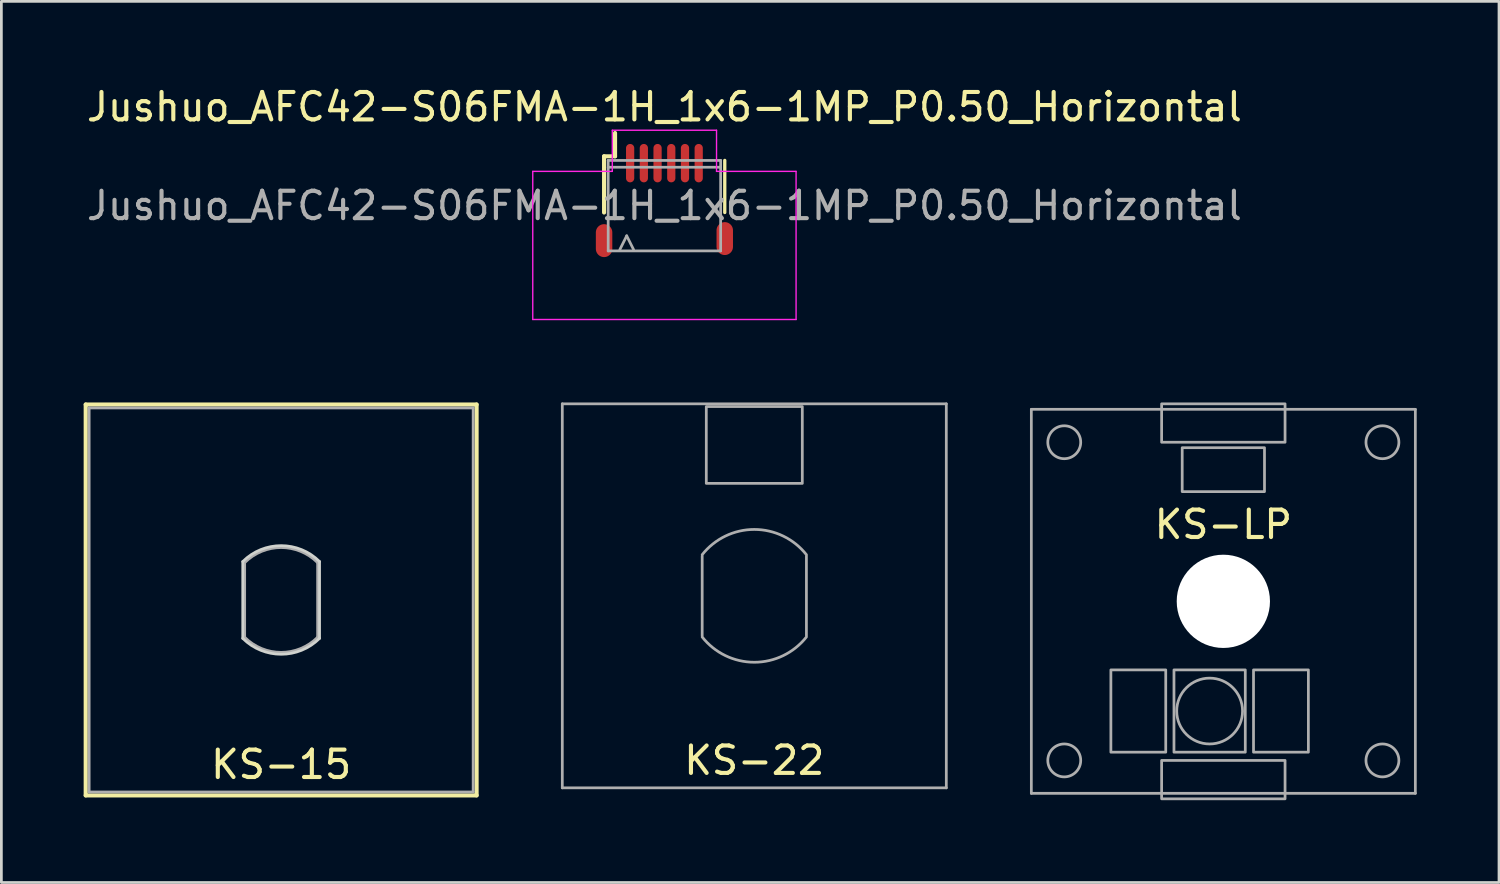
<source format=kicad_pcb>
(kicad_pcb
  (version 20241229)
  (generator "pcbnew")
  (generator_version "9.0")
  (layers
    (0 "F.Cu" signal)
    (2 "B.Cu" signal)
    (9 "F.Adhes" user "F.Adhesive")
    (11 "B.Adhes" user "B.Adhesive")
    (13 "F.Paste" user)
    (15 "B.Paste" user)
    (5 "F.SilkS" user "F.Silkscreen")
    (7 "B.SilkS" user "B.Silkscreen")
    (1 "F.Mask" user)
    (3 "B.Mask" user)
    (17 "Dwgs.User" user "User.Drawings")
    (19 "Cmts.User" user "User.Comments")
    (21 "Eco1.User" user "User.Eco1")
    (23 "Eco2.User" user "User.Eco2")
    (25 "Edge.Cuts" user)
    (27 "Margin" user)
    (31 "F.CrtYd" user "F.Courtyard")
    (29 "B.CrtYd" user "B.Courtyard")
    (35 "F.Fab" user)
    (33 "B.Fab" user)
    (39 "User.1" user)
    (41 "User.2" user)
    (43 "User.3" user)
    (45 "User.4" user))
  (footprint "KS-LP"
    (layer "F.Cu")
    (at 41.55 18.873)
    (property "Reference" "KS-LP" (at 0 -2.8 0) (layer "F.SilkS") (effects (font (size 1 1) (thickness 0.15))))
    (attr through_hole)
    (fp_line (start -2.3 -6) (end -2.3 -7) (stroke (width 0.0001) (type solid)) (layer "Edge.Cuts"))
    (fp_line (start -2.3 7) (end -2.3 6) (stroke (width 0.0001) (type solid)) (layer "Edge.Cuts"))
    (fp_line (start -2.1 -5.8) (end 2.1 -5.8) (stroke (width 0.0001) (type solid)) (layer "Edge.Cuts"))
    (fp_line (start -2.1 7.2) (end 2.1 7.2) (stroke (width 0.0001) (type solid)) (layer "Edge.Cuts"))
    (fp_line (start 2.1 -7.2) (end -2.1 -7.2) (stroke (width 0.0001) (type solid)) (layer "Edge.Cuts"))
    (fp_line (start 2.1 5.8) (end -2.1 5.8) (stroke (width 0.0001) (type solid)) (layer "Edge.Cuts"))
    (fp_line (start 2.3 -6) (end 2.3 -7) (stroke (width 0.0001) (type solid)) (layer "Edge.Cuts"))
    (fp_line (start 2.3 7) (end 2.3 6) (stroke (width 0.0001) (type solid)) (layer "Edge.Cuts"))
    (fp_arc (start -2.3 -7) (mid -2.241421 -7.141421) (end -2.1 -7.2) (stroke (width 0.0001) (type solid)) (layer "Edge.Cuts"))
    (fp_arc (start -2.3 6) (mid -2.241421 5.858579) (end -2.1 5.8) (stroke (width 0.0001) (type solid)) (layer "Edge.Cuts"))
    (fp_arc (start -2.1 -5.8) (mid -2.241421 -5.858579) (end -2.3 -6) (stroke (width 0.0001) (type solid)) (layer "Edge.Cuts"))
    (fp_arc (start -2.1 7.2) (mid -2.241421 7.141421) (end -2.3 7) (stroke (width 0.0001) (type solid)) (layer "Edge.Cuts"))
    (fp_arc (start 2.1 -7.2) (mid 2.241421 -7.141421) (end 2.3 -7) (stroke (width 0.0001) (type solid)) (layer "Edge.Cuts"))
    (fp_arc (start 2.1 5.8) (mid 2.241421 5.858579) (end 2.3 6) (stroke (width 0.0001) (type solid)) (layer "Edge.Cuts"))
    (fp_arc (start 2.3 -6) (mid 2.241421 -5.858579) (end 2.1 -5.8) (stroke (width 0.0001) (type solid)) (layer "Edge.Cuts"))
    (fp_arc (start 2.3 7) (mid 2.241421 7.141421) (end 2.1 7.2) (stroke (width 0.0001) (type solid)) (layer "Edge.Cuts"))
    (fp_line (start -7 -7) (end 7 -7) (stroke (width 0.1) (type solid)) (layer "F.Fab"))
    (fp_line (start -7 7) (end -7 -7) (stroke (width 0.1) (type solid)) (layer "F.Fab"))
    (fp_line (start 7 -7) (end 7 7) (stroke (width 0.1) (type solid)) (layer "F.Fab"))
    (fp_line (start 7 7) (end -7 7) (stroke (width 0.1) (type solid)) (layer "F.Fab"))
    (fp_rect (start -2.25 -7.2) (end 2.25 -5.8) (stroke (width 0.1) (type solid)) (fill no) (layer "F.Fab"))
    (fp_rect (start -2.25 5.8) (end 2.25 7.2) (stroke (width 0.1) (type solid)) (fill no) (layer "F.Fab"))
    (fp_rect (start -2.1 2.5) (end -4.1 5.5) (stroke (width 0.1) (type solid)) (fill no) (layer "F.Fab"))
    (fp_rect (start -1.8 2.5) (end 0.8 5.5) (stroke (width 0.1) (type solid)) (fill no) (layer "F.Fab"))
    (fp_rect (start -1.5 -5.6) (end 1.5 -4) (stroke (width 0.1) (type solid)) (fill no) (layer "F.Fab"))
    (fp_rect (start 1.1 2.5) (end 3.1 5.5) (stroke (width 0.1) (type solid)) (fill no) (layer "F.Fab"))
    (fp_circle (center -5.8 -5.8) (end -5.2 -5.8) (stroke (width 0.1) (type solid)) (fill no) (layer "F.Fab"))
    (fp_circle (center -5.8 5.8) (end -5.2 5.8) (stroke (width 0.1) (type solid)) (fill no) (layer "F.Fab"))
    (fp_circle (center -0.5 4) (end 0.7 4) (stroke (width 0.1) (type solid)) (fill no) (layer "F.Fab"))
    (fp_circle (center 0 0) (end 1.62 0) (stroke (width 0.1) (type solid)) (fill no) (layer "F.Fab"))
    (fp_circle (center 5.8 -5.8) (end 6.4 -5.8) (stroke (width 0.1) (type solid)) (fill no) (layer "F.Fab"))
    (fp_circle (center 5.8 5.8) (end 6.4 5.8) (stroke (width 0.1) (type solid)) (fill no) (layer "F.Fab"))
    (pad "" np_thru_hole circle (at 0 0) (size 3.4 3.4) (drill 3.4) (layers "*.Cu" "*.Mask")))
  (footprint "KS-15"
    (layer "F.Cu")
    (at 7.2 18.823)
    (property "Reference" "KS-15" (at 0 6 0) (layer "F.SilkS") (effects (font (size 1 1) (thickness 0.15))))
    (attr through_hole)
    (fp_line (start -7.125 -7.125) (end 7.125 -7.125) (stroke (width 0.15) (type solid)) (layer "F.SilkS"))
    (fp_line (start -7.125 7.125) (end -7.125 -7.125) (stroke (width 0.15) (type solid)) (layer "F.SilkS"))
    (fp_line (start 7.125 -7.125) (end 7.125 7.125) (stroke (width 0.15) (type solid)) (layer "F.SilkS"))
    (fp_line (start 7.125 7.125) (end -7.125 7.125) (stroke (width 0.15) (type solid)) (layer "F.SilkS"))
    (fp_line (start -1.4 -1.4) (end -1.4 1.4) (stroke (width 0.1) (type solid)) (layer "Edge.Cuts"))
    (fp_line (start 1.4 -1.4) (end 1.4 1.4) (stroke (width 0.1) (type solid)) (layer "Edge.Cuts"))
    (fp_arc (start -1.4 -1.4) (mid 0 -1.979899) (end 1.4 -1.4) (stroke (width 0.1) (type solid)) (layer "Edge.Cuts"))
    (fp_arc (start 1.4 1.4) (mid 0 1.979899) (end -1.4 1.4) (stroke (width 0.1) (type solid)) (layer "Edge.Cuts"))
    (fp_line (start -7 -7) (end 7 -7) (stroke (width 0.1) (type solid)) (layer "F.Fab"))
    (fp_line (start -7 7) (end -7 -7) (stroke (width 0.1) (type solid)) (layer "F.Fab"))
    (fp_line (start -1.33 -1.36) (end -1.33 1.36) (stroke (width 0.1) (type solid)) (layer "F.Fab"))
    (fp_line (start 1.33 -1.36) (end 1.33 1.36) (stroke (width 0.1) (type solid)) (layer "F.Fab"))
    (fp_line (start 7 -7) (end 7 7) (stroke (width 0.1) (type solid)) (layer "F.Fab"))
    (fp_line (start 7 7) (end -7 7) (stroke (width 0.1) (type solid)) (layer "F.Fab"))
    (fp_arc (start -1.33 -1.36) (mid 0 -1.910904) (end 1.33 -1.36) (stroke (width 0.1) (type solid)) (layer "F.Fab"))
    (fp_arc (start 1.33 1.36) (mid 0 1.910904) (end -1.33 1.36) (stroke (width 0.1) (type solid)) (layer "F.Fab")))
  (footprint "KS-22"
    (layer "F.Cu")
    (at 24.45 18.673)
    (property "Reference" "KS-22" (at 0 6 0) (layer "F.SilkS") (effects (font (size 1 1) (thickness 0.15))))
    (attr through_hole)
    (fp_line (start -2 -1.5) (end -2 1.5) (stroke (width 0.0001) (type solid)) (layer "Edge.Cuts"))
    (fp_line (start 2 -1.5) (end 2 1.5) (stroke (width 0.0001) (type solid)) (layer "Edge.Cuts"))
    (fp_arc (start -2 -1.5) (mid 0 -2.5) (end 2 -1.5) (stroke (width 0.0001) (type solid)) (layer "Edge.Cuts"))
    (fp_arc (start 2 1.5) (mid 0 2.5) (end -2 1.5) (stroke (width 0.0001) (type solid)) (layer "Edge.Cuts"))
    (fp_line (start -7 -7) (end 7 -7) (stroke (width 0.1) (type solid)) (layer "F.Fab"))
    (fp_line (start -7 7) (end -7 -7) (stroke (width 0.1) (type solid)) (layer "F.Fab"))
    (fp_line (start -1.9 -1.45) (end -1.9 1.45) (stroke (width 0.1) (type solid)) (layer "F.Fab"))
    (fp_line (start 1.9 -1.45) (end 1.9 1.45) (stroke (width 0.1) (type solid)) (layer "F.Fab"))
    (fp_line (start 7 -7) (end 7 7) (stroke (width 0.1) (type solid)) (layer "F.Fab"))
    (fp_line (start 7 7) (end -7 7) (stroke (width 0.1) (type solid)) (layer "F.Fab"))
    (fp_rect (start -1.75 -6.9) (end 1.75 -4.1) (stroke (width 0.1) (type solid)) (fill no) (layer "F.Fab"))
    (fp_arc (start -1.899999 -1.5) (mid 0 -2.420743) (end 1.899999 -1.5) (stroke (width 0.1) (type solid)) (layer "F.Fab"))
    (fp_arc (start 1.899999 1.5) (mid 0 2.420743) (end -1.899999 1.5) (stroke (width 0.1) (type solid)) (layer "F.Fab")))
  (footprint "Jushuo_AFC42-S06FMA-1H_1x6-1MP_P0.50_Horizontal"
    (layer "F.Cu")
    (at 21.173 4.448)
    (property "Reference" "Jushuo_AFC42-S06FMA-1H_1x6-1MP_P0.50_Horizontal" (at 0 -3.6 0) (layer "F.SilkS") (effects (font (size 1 1) (thickness 0.15))))
    (attr smd)
    (fp_line (start -2.2 -1.8) (end -2.2 0.25) (stroke (width 0.15) (type solid)) (layer "F.SilkS"))
    (fp_line (start -2.2 -1.8) (end -1.8 -1.8) (stroke (width 0.15) (type solid)) (layer "F.SilkS"))
    (fp_line (start -1.8 -1.8) (end -1.8 -2.65) (stroke (width 0.15) (type solid)) (layer "F.SilkS"))
    (fp_line (start 2.2 -1.65) (end 2.2 0.25) (stroke (width 0.12) (type solid)) (layer "F.SilkS"))
    (fp_line (start -4.8 -1.25) (end -4.8 4.15) (stroke (width 0.05) (type solid)) (layer "F.CrtYd"))
    (fp_line (start -4.8 4.15) (end 4.8 4.15) (stroke (width 0.05) (type solid)) (layer "F.CrtYd"))
    (fp_line (start -1.9 -2.75) (end -1.9 -1.25) (stroke (width 0.05) (type solid)) (layer "F.CrtYd"))
    (fp_line (start -1.9 -1.25) (end -4.8 -1.25) (stroke (width 0.05) (type solid)) (layer "F.CrtYd"))
    (fp_line (start 1.9 -2.75) (end -1.9 -2.75) (stroke (width 0.05) (type solid)) (layer "F.CrtYd"))
    (fp_line (start 1.9 -1.25) (end 1.9 -2.75) (stroke (width 0.05) (type solid)) (layer "F.CrtYd"))
    (fp_line (start 4.8 -1.25) (end 1.9 -1.25) (stroke (width 0.05) (type solid)) (layer "F.CrtYd"))
    (fp_line (start 4.8 4.15) (end 4.8 -1.25) (stroke (width 0.05) (type solid)) (layer "F.CrtYd"))
    (fp_line (start -2.05 -1.65) (end 2.05 -1.65) (stroke (width 0.1) (type solid)) (layer "F.Fab"))
    (fp_line (start -2.05 -1.4) (end 2.05 -1.4) (stroke (width 0.1) (type solid)) (layer "F.Fab"))
    (fp_line (start -2.05 1.65) (end -2.05 -1.65) (stroke (width 0.1) (type solid)) (layer "F.Fab"))
    (fp_line (start -1.375 1.1) (end -1.625 1.6) (stroke (width 0.1) (type solid)) (layer "F.Fab"))
    (fp_line (start -1.125 1.6) (end -1.375 1.1) (stroke (width 0.1) (type solid)) (layer "F.Fab"))
    (fp_line (start 2.05 1.65) (end -2.05 1.65) (stroke (width 0.1) (type solid)) (layer "F.Fab"))
    (fp_line (start 2.05 1.65) (end 2.05 -1.65) (stroke (width 0.1) (type solid)) (layer "F.Fab"))
    (fp_text user "${REFERENCE}" (at 0 0 0) (unlocked yes) (layer "F.Fab") (effects (font (size 1 1) (thickness 0.15))))
    (pad "1" smd oval (at -1.25 -1.55) (size 0.3 1.4) (layers "F.Cu" "F.Mask" "F.Paste"))
    (pad "2" smd oval (at -0.75 -1.55) (size 0.3 1.4) (layers "F.Cu" "F.Mask" "F.Paste"))
    (pad "3" smd oval (at -0.25 -1.55) (size 0.3 1.4) (layers "F.Cu" "F.Mask" "F.Paste"))
    (pad "4" smd oval (at 0.25 -1.55) (size 0.3 1.4) (layers "F.Cu" "F.Mask" "F.Paste"))
    (pad "5" smd oval (at 0.75 -1.55) (size 0.3 1.4) (layers "F.Cu" "F.Mask" "F.Paste"))
    (pad "6" smd oval (at 1.25 -1.55) (size 0.3 1.4) (layers "F.Cu" "F.Mask" "F.Paste"))
    (pad "MP" smd oval (at -2.2 1.275) (size 0.6 1.2) (layers "F.Cu" "F.Mask" "F.Paste"))
    (pad "MP" smd oval (at 2.2 1.2) (size 0.6 1.2) (layers "F.Cu" "F.Mask" "F.Paste")))
  (gr_rect
    (start -3 -3)
    (end 51.6 29.123)
    (stroke (width 0.1) (type default))
    (fill no)
    (layer "Edge.Cuts")))
</source>
